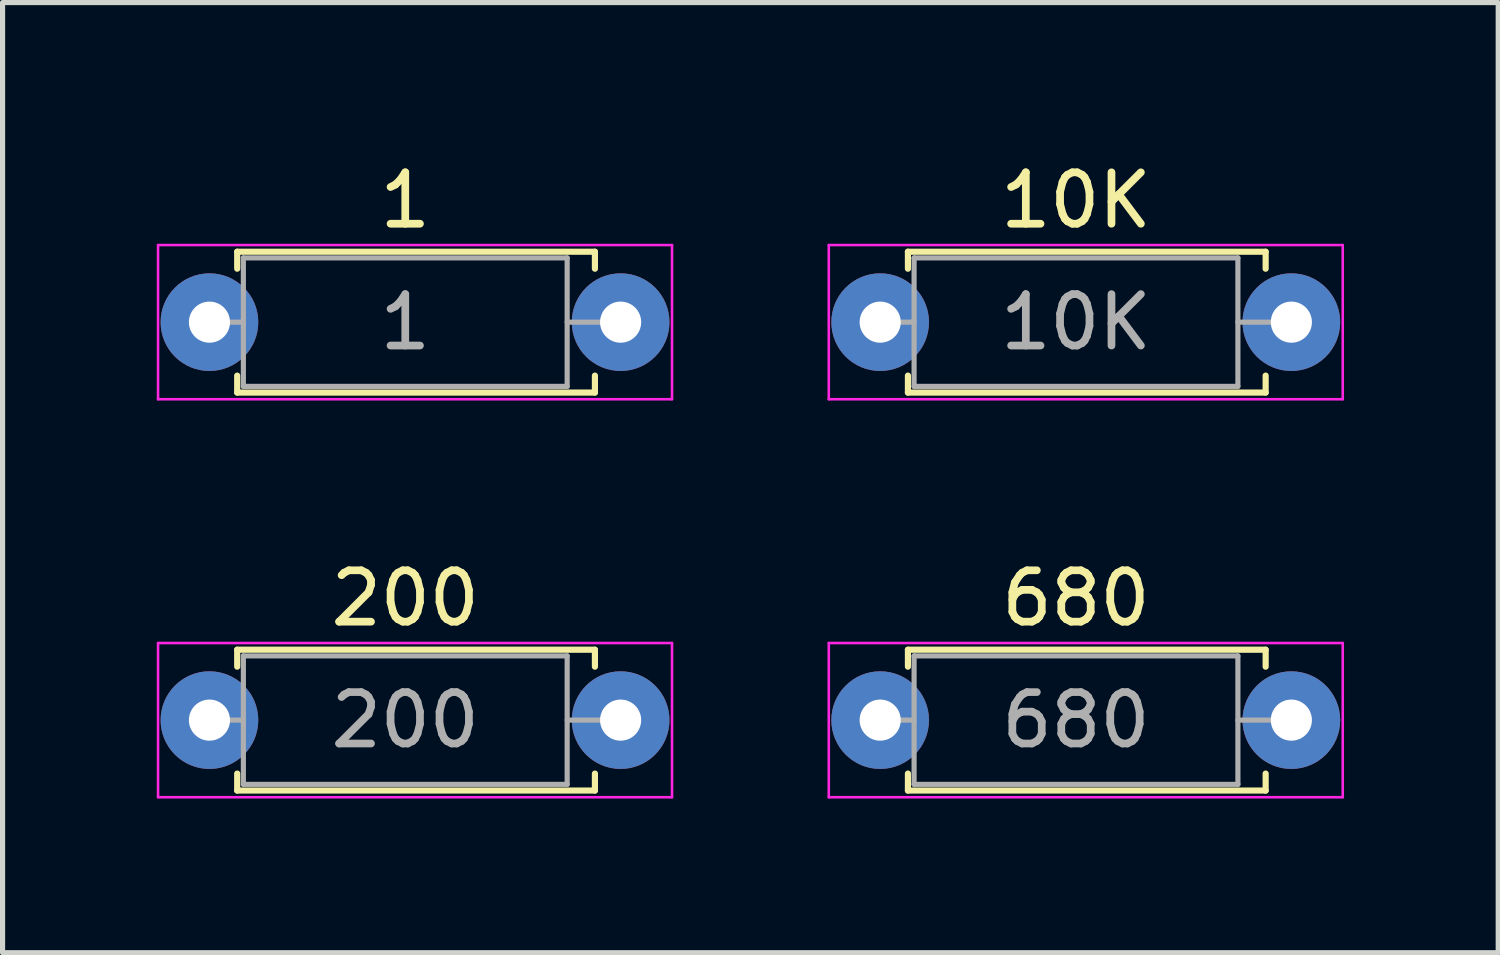
<source format=kicad_pcb>
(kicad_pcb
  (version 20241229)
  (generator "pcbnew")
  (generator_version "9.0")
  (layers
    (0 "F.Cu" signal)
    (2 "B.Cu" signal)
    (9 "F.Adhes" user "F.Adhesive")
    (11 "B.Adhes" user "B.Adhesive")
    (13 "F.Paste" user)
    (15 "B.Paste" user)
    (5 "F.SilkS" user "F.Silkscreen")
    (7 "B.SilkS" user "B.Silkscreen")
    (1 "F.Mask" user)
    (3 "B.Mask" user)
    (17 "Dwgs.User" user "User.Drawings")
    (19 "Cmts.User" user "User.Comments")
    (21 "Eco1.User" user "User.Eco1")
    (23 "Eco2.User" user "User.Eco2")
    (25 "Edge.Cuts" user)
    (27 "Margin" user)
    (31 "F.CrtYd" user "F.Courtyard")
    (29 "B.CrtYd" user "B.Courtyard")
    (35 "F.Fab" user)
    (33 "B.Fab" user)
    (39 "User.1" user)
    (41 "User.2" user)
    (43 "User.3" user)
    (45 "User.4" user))
  (footprint "10K"
    (layer "F.Cu")
    (at 14.075 3.218)
    (property "Reference" "10K" (at 3.81 -2.37 0) (layer "F.SilkS") (effects (font (size 1 1) (thickness 0.15))))
    (attr through_hole)
    (fp_line (start 0.54 -1.37) (end 7.5 -1.37) (stroke (width 0.12) (type solid)) (layer "F.SilkS"))
    (fp_line (start 0.54 -1.04) (end 0.54 -1.37) (stroke (width 0.12) (type solid)) (layer "F.SilkS"))
    (fp_line (start 0.54 1.04) (end 0.54 1.37) (stroke (width 0.12) (type solid)) (layer "F.SilkS"))
    (fp_line (start 0.54 1.37) (end 7.5 1.37) (stroke (width 0.12) (type solid)) (layer "F.SilkS"))
    (fp_line (start 7.5 -1.37) (end 7.5 -1.04) (stroke (width 0.12) (type solid)) (layer "F.SilkS"))
    (fp_line (start 7.5 1.37) (end 7.5 1.04) (stroke (width 0.12) (type solid)) (layer "F.SilkS"))
    (fp_line (start -1 -1.5) (end -1 1.5) (stroke (width 0.05) (type solid)) (layer "F.CrtYd"))
    (fp_line (start -1 1.5) (end 9 1.5) (stroke (width 0.05) (type solid)) (layer "F.CrtYd"))
    (fp_line (start 9 -1.5) (end -1 -1.5) (stroke (width 0.05) (type solid)) (layer "F.CrtYd"))
    (fp_line (start 9 1.5) (end 9 -1.5) (stroke (width 0.05) (type solid)) (layer "F.CrtYd"))
    (fp_line (start 0 0) (end 0.66 0) (stroke (width 0.1) (type solid)) (layer "F.Fab"))
    (fp_line (start 0.66 -1.25) (end 0.66 1.25) (stroke (width 0.1) (type solid)) (layer "F.Fab"))
    (fp_line (start 0.66 1.25) (end 6.96 1.25) (stroke (width 0.1) (type solid)) (layer "F.Fab"))
    (fp_line (start 6.96 -1.25) (end 0.66 -1.25) (stroke (width 0.1) (type solid)) (layer "F.Fab"))
    (fp_line (start 6.96 1.25) (end 6.96 -1.25) (stroke (width 0.1) (type solid)) (layer "F.Fab"))
    (fp_line (start 7.62 0) (end 6.96 0) (stroke (width 0.1) (type solid)) (layer "F.Fab"))
    (fp_text user "${REFERENCE}" (at 3.81 0 0) (layer "F.Fab") (effects (font (size 1 1) (thickness 0.15))))
    (pad "1" thru_hole circle (at 0 0) (size 1.9 1.9) (drill 0.8) (layers "*.Cu" "*.Mask"))
    (pad "2" thru_hole oval (at 8 0) (size 1.9 1.9) (drill 0.8) (layers "*.Cu" "*.Mask")))
  (footprint "680"
    (layer "F.Cu")
    (at 14.075 10.961)
    (property "Reference" "680" (at 3.81 -2.37 0) (layer "F.SilkS") (effects (font (size 1 1) (thickness 0.15))))
    (attr through_hole)
    (fp_line (start 0.54 -1.37) (end 7.5 -1.37) (stroke (width 0.12) (type solid)) (layer "F.SilkS"))
    (fp_line (start 0.54 -1.04) (end 0.54 -1.37) (stroke (width 0.12) (type solid)) (layer "F.SilkS"))
    (fp_line (start 0.54 1.04) (end 0.54 1.37) (stroke (width 0.12) (type solid)) (layer "F.SilkS"))
    (fp_line (start 0.54 1.37) (end 7.5 1.37) (stroke (width 0.12) (type solid)) (layer "F.SilkS"))
    (fp_line (start 7.5 -1.37) (end 7.5 -1.04) (stroke (width 0.12) (type solid)) (layer "F.SilkS"))
    (fp_line (start 7.5 1.37) (end 7.5 1.04) (stroke (width 0.12) (type solid)) (layer "F.SilkS"))
    (fp_line (start -1 -1.5) (end -1 1.5) (stroke (width 0.05) (type solid)) (layer "F.CrtYd"))
    (fp_line (start -1 1.5) (end 9 1.5) (stroke (width 0.05) (type solid)) (layer "F.CrtYd"))
    (fp_line (start 9 -1.5) (end -1 -1.5) (stroke (width 0.05) (type solid)) (layer "F.CrtYd"))
    (fp_line (start 9 1.5) (end 9 -1.5) (stroke (width 0.05) (type solid)) (layer "F.CrtYd"))
    (fp_line (start 0 0) (end 0.66 0) (stroke (width 0.1) (type solid)) (layer "F.Fab"))
    (fp_line (start 0.66 -1.25) (end 0.66 1.25) (stroke (width 0.1) (type solid)) (layer "F.Fab"))
    (fp_line (start 0.66 1.25) (end 6.96 1.25) (stroke (width 0.1) (type solid)) (layer "F.Fab"))
    (fp_line (start 6.96 -1.25) (end 0.66 -1.25) (stroke (width 0.1) (type solid)) (layer "F.Fab"))
    (fp_line (start 6.96 1.25) (end 6.96 -1.25) (stroke (width 0.1) (type solid)) (layer "F.Fab"))
    (fp_line (start 7.62 0) (end 6.96 0) (stroke (width 0.1) (type solid)) (layer "F.Fab"))
    (fp_text user "${REFERENCE}" (at 3.81 0 0) (layer "F.Fab") (effects (font (size 1 1) (thickness 0.15))))
    (pad "1" thru_hole circle (at 0 0) (size 1.9 1.9) (drill 0.8) (layers "*.Cu" "*.Mask"))
    (pad "2" thru_hole oval (at 8 0) (size 1.9 1.9) (drill 0.8) (layers "*.Cu" "*.Mask")))
  (footprint "200"
    (layer "F.Cu")
    (at 1.025 10.961)
    (property "Reference" "200" (at 3.81 -2.37 0) (layer "F.SilkS") (effects (font (size 1 1) (thickness 0.15))))
    (attr through_hole)
    (fp_line (start 0.54 -1.37) (end 7.5 -1.37) (stroke (width 0.12) (type solid)) (layer "F.SilkS"))
    (fp_line (start 0.54 -1.04) (end 0.54 -1.37) (stroke (width 0.12) (type solid)) (layer "F.SilkS"))
    (fp_line (start 0.54 1.04) (end 0.54 1.37) (stroke (width 0.12) (type solid)) (layer "F.SilkS"))
    (fp_line (start 0.54 1.37) (end 7.5 1.37) (stroke (width 0.12) (type solid)) (layer "F.SilkS"))
    (fp_line (start 7.5 -1.37) (end 7.5 -1.04) (stroke (width 0.12) (type solid)) (layer "F.SilkS"))
    (fp_line (start 7.5 1.37) (end 7.5 1.04) (stroke (width 0.12) (type solid)) (layer "F.SilkS"))
    (fp_line (start -1 -1.5) (end -1 1.5) (stroke (width 0.05) (type solid)) (layer "F.CrtYd"))
    (fp_line (start -1 1.5) (end 9 1.5) (stroke (width 0.05) (type solid)) (layer "F.CrtYd"))
    (fp_line (start 9 -1.5) (end -1 -1.5) (stroke (width 0.05) (type solid)) (layer "F.CrtYd"))
    (fp_line (start 9 1.5) (end 9 -1.5) (stroke (width 0.05) (type solid)) (layer "F.CrtYd"))
    (fp_line (start 0 0) (end 0.66 0) (stroke (width 0.1) (type solid)) (layer "F.Fab"))
    (fp_line (start 0.66 -1.25) (end 0.66 1.25) (stroke (width 0.1) (type solid)) (layer "F.Fab"))
    (fp_line (start 0.66 1.25) (end 6.96 1.25) (stroke (width 0.1) (type solid)) (layer "F.Fab"))
    (fp_line (start 6.96 -1.25) (end 0.66 -1.25) (stroke (width 0.1) (type solid)) (layer "F.Fab"))
    (fp_line (start 6.96 1.25) (end 6.96 -1.25) (stroke (width 0.1) (type solid)) (layer "F.Fab"))
    (fp_line (start 7.62 0) (end 6.96 0) (stroke (width 0.1) (type solid)) (layer "F.Fab"))
    (fp_text user "${REFERENCE}" (at 3.81 0 0) (layer "F.Fab") (effects (font (size 1 1) (thickness 0.15))))
    (pad "1" thru_hole circle (at 0 0) (size 1.9 1.9) (drill 0.8) (layers "*.Cu" "*.Mask"))
    (pad "2" thru_hole oval (at 8 0) (size 1.9 1.9) (drill 0.8) (layers "*.Cu" "*.Mask")))
  (footprint "1"
    (layer "F.Cu")
    (at 1.025 3.218)
    (property "Reference" "1" (at 3.81 -2.37 0) (layer "F.SilkS") (effects (font (size 1 1) (thickness 0.15))))
    (attr through_hole)
    (fp_line (start 0.54 -1.37) (end 7.5 -1.37) (stroke (width 0.12) (type solid)) (layer "F.SilkS"))
    (fp_line (start 0.54 -1.04) (end 0.54 -1.37) (stroke (width 0.12) (type solid)) (layer "F.SilkS"))
    (fp_line (start 0.54 1.04) (end 0.54 1.37) (stroke (width 0.12) (type solid)) (layer "F.SilkS"))
    (fp_line (start 0.54 1.37) (end 7.5 1.37) (stroke (width 0.12) (type solid)) (layer "F.SilkS"))
    (fp_line (start 7.5 -1.37) (end 7.5 -1.04) (stroke (width 0.12) (type solid)) (layer "F.SilkS"))
    (fp_line (start 7.5 1.37) (end 7.5 1.04) (stroke (width 0.12) (type solid)) (layer "F.SilkS"))
    (fp_line (start -1 -1.5) (end -1 1.5) (stroke (width 0.05) (type solid)) (layer "F.CrtYd"))
    (fp_line (start -1 1.5) (end 9 1.5) (stroke (width 0.05) (type solid)) (layer "F.CrtYd"))
    (fp_line (start 9 -1.5) (end -1 -1.5) (stroke (width 0.05) (type solid)) (layer "F.CrtYd"))
    (fp_line (start 9 1.5) (end 9 -1.5) (stroke (width 0.05) (type solid)) (layer "F.CrtYd"))
    (fp_line (start 0 0) (end 0.66 0) (stroke (width 0.1) (type solid)) (layer "F.Fab"))
    (fp_line (start 0.66 -1.25) (end 0.66 1.25) (stroke (width 0.1) (type solid)) (layer "F.Fab"))
    (fp_line (start 0.66 1.25) (end 6.96 1.25) (stroke (width 0.1) (type solid)) (layer "F.Fab"))
    (fp_line (start 6.96 -1.25) (end 0.66 -1.25) (stroke (width 0.1) (type solid)) (layer "F.Fab"))
    (fp_line (start 6.96 1.25) (end 6.96 -1.25) (stroke (width 0.1) (type solid)) (layer "F.Fab"))
    (fp_line (start 7.62 0) (end 6.96 0) (stroke (width 0.1) (type solid)) (layer "F.Fab"))
    (fp_text user "${REFERENCE}" (at 3.81 0 0) (layer "F.Fab") (effects (font (size 1 1) (thickness 0.15))))
    (pad "1" thru_hole circle (at 0 0) (size 1.9 1.9) (drill 0.8) (layers "*.Cu" "*.Mask"))
    (pad "2" thru_hole oval (at 8 0) (size 1.9 1.9) (drill 0.8) (layers "*.Cu" "*.Mask")))
  (gr_rect
    (start -3 -3)
    (end 26.1 15.486)
    (stroke (width 0.1) (type default))
    (fill no)
    (layer "Edge.Cuts")))
</source>
